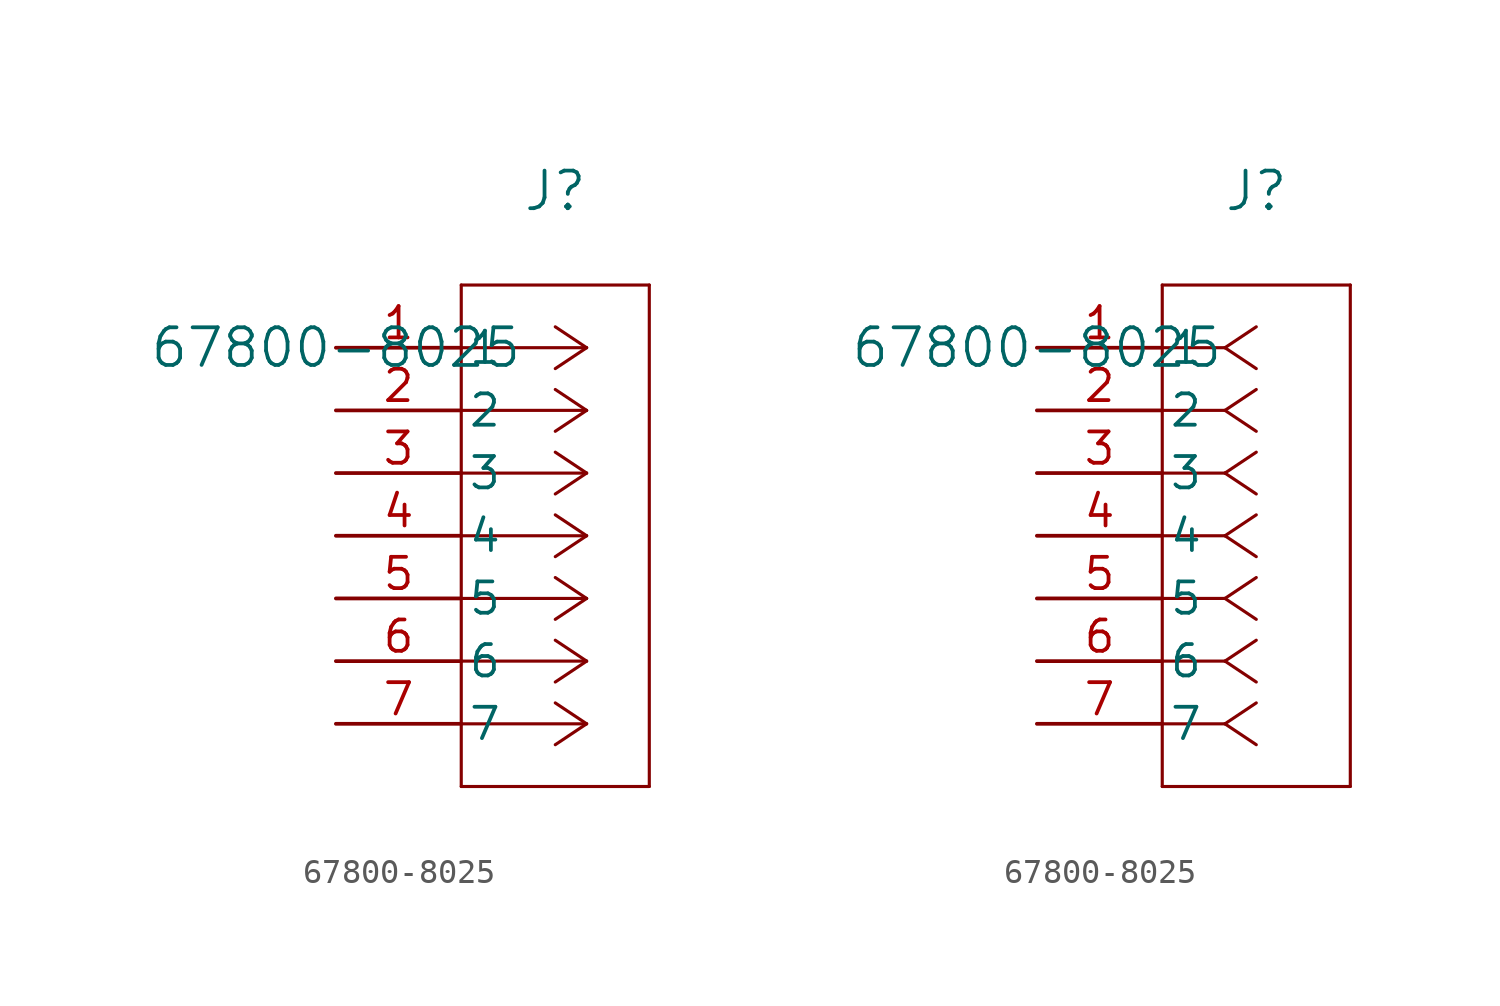
<source format=kicad_sym>
(kicad_symbol_lib
  (version 20211014)
  (generator kicad_symbol_editor)
  (symbol "67800-8025"
    (pin_names
      (offset 0.254))
    (property "Reference" "J"
      (at 8.89 6.35 0)
      (effects (font (size 1.524 1.524))))
    (property "Value" "67800-8025"
      (at 0 0 0)
      (effects (font (size 1.524 1.524))))
    (symbol "67800-8025_1_1"
      (polyline (pts (xy 10.16 0) (xy 5.08 0)) (stroke (width 0.127) (type default) (color 0 0 0 0)) (fill (type none)))
      (polyline (pts (xy 10.16 -2.54) (xy 5.08 -2.54)) (stroke (width 0.127) (type default) (color 0 0 0 0)) (fill (type none)))
      (polyline (pts (xy 10.16 -5.08) (xy 5.08 -5.08)) (stroke (width 0.127) (type default) (color 0 0 0 0)) (fill (type none)))
      (polyline (pts (xy 10.16 -7.62) (xy 5.08 -7.62)) (stroke (width 0.127) (type default) (color 0 0 0 0)) (fill (type none)))
      (polyline (pts (xy 10.16 -10.16) (xy 5.08 -10.16)) (stroke (width 0.127) (type default) (color 0 0 0 0)) (fill (type none)))
      (polyline (pts (xy 10.16 -12.7) (xy 5.08 -12.7)) (stroke (width 0.127) (type default) (color 0 0 0 0)) (fill (type none)))
      (polyline (pts (xy 10.16 -15.24) (xy 5.08 -15.24)) (stroke (width 0.127) (type default) (color 0 0 0 0)) (fill (type none)))
      (polyline (pts (xy 10.16 0) (xy 8.89 0.847)) (stroke (width 0.127) (type default) (color 0 0 0 0)) (fill (type none)))
      (polyline (pts (xy 10.16 -2.54) (xy 8.89 -1.693)) (stroke (width 0.127) (type default) (color 0 0 0 0)) (fill (type none)))
      (polyline (pts (xy 10.16 -5.08) (xy 8.89 -4.233)) (stroke (width 0.127) (type default) (color 0 0 0 0)) (fill (type none)))
      (polyline (pts (xy 10.16 -7.62) (xy 8.89 -6.773)) (stroke (width 0.127) (type default) (color 0 0 0 0)) (fill (type none)))
      (polyline (pts (xy 10.16 -10.16) (xy 8.89 -9.313)) (stroke (width 0.127) (type default) (color 0 0 0 0)) (fill (type none)))
      (polyline (pts (xy 10.16 -12.7) (xy 8.89 -11.853)) (stroke (width 0.127) (type default) (color 0 0 0 0)) (fill (type none)))
      (polyline (pts (xy 10.16 -15.24) (xy 8.89 -14.393)) (stroke (width 0.127) (type default) (color 0 0 0 0)) (fill (type none)))
      (polyline (pts (xy 10.16 0) (xy 8.89 -0.847)) (stroke (width 0.127) (type default) (color 0 0 0 0)) (fill (type none)))
      (polyline (pts (xy 10.16 -2.54) (xy 8.89 -3.387)) (stroke (width 0.127) (type default) (color 0 0 0 0)) (fill (type none)))
      (polyline (pts (xy 10.16 -5.08) (xy 8.89 -5.927)) (stroke (width 0.127) (type default) (color 0 0 0 0)) (fill (type none)))
      (polyline (pts (xy 10.16 -7.62) (xy 8.89 -8.467)) (stroke (width 0.127) (type default) (color 0 0 0 0)) (fill (type none)))
      (polyline (pts (xy 10.16 -10.16) (xy 8.89 -11.007)) (stroke (width 0.127) (type default) (color 0 0 0 0)) (fill (type none)))
      (polyline (pts (xy 10.16 -12.7) (xy 8.89 -13.547)) (stroke (width 0.127) (type default) (color 0 0 0 0)) (fill (type none)))
      (polyline (pts (xy 10.16 -15.24) (xy 8.89 -16.087)) (stroke (width 0.127) (type default) (color 0 0 0 0)) (fill (type none)))
      (polyline (pts (xy 5.08 2.54) (xy 5.08 -17.78)) (stroke (width 0.127) (type default) (color 0 0 0 0)) (fill (type none)))
      (polyline (pts (xy 5.08 -17.78) (xy 12.7 -17.78)) (stroke (width 0.127) (type default) (color 0 0 0 0)) (fill (type none)))
      (polyline (pts (xy 12.7 -17.78) (xy 12.7 2.54)) (stroke (width 0.127) (type default) (color 0 0 0 0)) (fill (type none)))
      (polyline (pts (xy 12.7 2.54) (xy 5.08 2.54)) (stroke (width 0.127) (type default) (color 0 0 0 0)) (fill (type none)))
      (pin unspecified line (at 0 0 0) (length 5.08) (name "1" (effects (font (size 1.27 1.27)))) (number "1" (effects (font (size 1.27 1.27)))))
      (pin unspecified line (at 0 -2.54 0) (length 5.08) (name "2" (effects (font (size 1.27 1.27)))) (number "2" (effects (font (size 1.27 1.27)))))
      (pin unspecified line (at 0 -5.08 0) (length 5.08) (name "3" (effects (font (size 1.27 1.27)))) (number "3" (effects (font (size 1.27 1.27)))))
      (pin unspecified line (at 0 -7.62 0) (length 5.08) (name "4" (effects (font (size 1.27 1.27)))) (number "4" (effects (font (size 1.27 1.27)))))
      (pin unspecified line (at 0 -10.16 0) (length 5.08) (name "5" (effects (font (size 1.27 1.27)))) (number "5" (effects (font (size 1.27 1.27)))))
      (pin unspecified line (at 0 -12.7 0) (length 5.08) (name "6" (effects (font (size 1.27 1.27)))) (number "6" (effects (font (size 1.27 1.27)))))
      (pin unspecified line (at 0 -15.24 0) (length 5.08) (name "7" (effects (font (size 1.27 1.27)))) (number "7" (effects (font (size 1.27 1.27))))))
    (symbol "67800-8025_1_2"
      (polyline (pts (xy 7.62 0) (xy 5.08 0)) (stroke (width 0.127) (type default) (color 0 0 0 0)) (fill (type none)))
      (polyline (pts (xy 7.62 -2.54) (xy 5.08 -2.54)) (stroke (width 0.127) (type default) (color 0 0 0 0)) (fill (type none)))
      (polyline (pts (xy 7.62 -5.08) (xy 5.08 -5.08)) (stroke (width 0.127) (type default) (color 0 0 0 0)) (fill (type none)))
      (polyline (pts (xy 7.62 -7.62) (xy 5.08 -7.62)) (stroke (width 0.127) (type default) (color 0 0 0 0)) (fill (type none)))
      (polyline (pts (xy 7.62 -10.16) (xy 5.08 -10.16)) (stroke (width 0.127) (type default) (color 0 0 0 0)) (fill (type none)))
      (polyline (pts (xy 7.62 -12.7) (xy 5.08 -12.7)) (stroke (width 0.127) (type default) (color 0 0 0 0)) (fill (type none)))
      (polyline (pts (xy 7.62 -15.24) (xy 5.08 -15.24)) (stroke (width 0.127) (type default) (color 0 0 0 0)) (fill (type none)))
      (polyline (pts (xy 7.62 0) (xy 8.89 0.847)) (stroke (width 0.127) (type default) (color 0 0 0 0)) (fill (type none)))
      (polyline (pts (xy 7.62 -2.54) (xy 8.89 -1.693)) (stroke (width 0.127) (type default) (color 0 0 0 0)) (fill (type none)))
      (polyline (pts (xy 7.62 -5.08) (xy 8.89 -4.233)) (stroke (width 0.127) (type default) (color 0 0 0 0)) (fill (type none)))
      (polyline (pts (xy 7.62 -7.62) (xy 8.89 -6.773)) (stroke (width 0.127) (type default) (color 0 0 0 0)) (fill (type none)))
      (polyline (pts (xy 7.62 -10.16) (xy 8.89 -9.313)) (stroke (width 0.127) (type default) (color 0 0 0 0)) (fill (type none)))
      (polyline (pts (xy 7.62 -12.7) (xy 8.89 -11.853)) (stroke (width 0.127) (type default) (color 0 0 0 0)) (fill (type none)))
      (polyline (pts (xy 7.62 -15.24) (xy 8.89 -14.393)) (stroke (width 0.127) (type default) (color 0 0 0 0)) (fill (type none)))
      (polyline (pts (xy 7.62 0) (xy 8.89 -0.847)) (stroke (width 0.127) (type default) (color 0 0 0 0)) (fill (type none)))
      (polyline (pts (xy 7.62 -2.54) (xy 8.89 -3.387)) (stroke (width 0.127) (type default) (color 0 0 0 0)) (fill (type none)))
      (polyline (pts (xy 7.62 -5.08) (xy 8.89 -5.927)) (stroke (width 0.127) (type default) (color 0 0 0 0)) (fill (type none)))
      (polyline (pts (xy 7.62 -7.62) (xy 8.89 -8.467)) (stroke (width 0.127) (type default) (color 0 0 0 0)) (fill (type none)))
      (polyline (pts (xy 7.62 -10.16) (xy 8.89 -11.007)) (stroke (width 0.127) (type default) (color 0 0 0 0)) (fill (type none)))
      (polyline (pts (xy 7.62 -12.7) (xy 8.89 -13.547)) (stroke (width 0.127) (type default) (color 0 0 0 0)) (fill (type none)))
      (polyline (pts (xy 7.62 -15.24) (xy 8.89 -16.087)) (stroke (width 0.127) (type default) (color 0 0 0 0)) (fill (type none)))
      (polyline (pts (xy 5.08 2.54) (xy 5.08 -17.78)) (stroke (width 0.127) (type default) (color 0 0 0 0)) (fill (type none)))
      (polyline (pts (xy 5.08 -17.78) (xy 12.7 -17.78)) (stroke (width 0.127) (type default) (color 0 0 0 0)) (fill (type none)))
      (polyline (pts (xy 12.7 -17.78) (xy 12.7 2.54)) (stroke (width 0.127) (type default) (color 0 0 0 0)) (fill (type none)))
      (polyline (pts (xy 12.7 2.54) (xy 5.08 2.54)) (stroke (width 0.127) (type default) (color 0 0 0 0)) (fill (type none)))
      (pin unspecified line (at 0 0 0) (length 5.08) (name "1" (effects (font (size 1.27 1.27)))) (number "1" (effects (font (size 1.27 1.27)))))
      (pin unspecified line (at 0 -2.54 0) (length 5.08) (name "2" (effects (font (size 1.27 1.27)))) (number "2" (effects (font (size 1.27 1.27)))))
      (pin unspecified line (at 0 -5.08 0) (length 5.08) (name "3" (effects (font (size 1.27 1.27)))) (number "3" (effects (font (size 1.27 1.27)))))
      (pin unspecified line (at 0 -7.62 0) (length 5.08) (name "4" (effects (font (size 1.27 1.27)))) (number "4" (effects (font (size 1.27 1.27)))))
      (pin unspecified line (at 0 -10.16 0) (length 5.08) (name "5" (effects (font (size 1.27 1.27)))) (number "5" (effects (font (size 1.27 1.27)))))
      (pin unspecified line (at 0 -12.7 0) (length 5.08) (name "6" (effects (font (size 1.27 1.27)))) (number "6" (effects (font (size 1.27 1.27)))))
      (pin unspecified line (at 0 -15.24 0) (length 5.08) (name "7" (effects (font (size 1.27 1.27)))) (number "7" (effects (font (size 1.27 1.27))))))))
</source>
